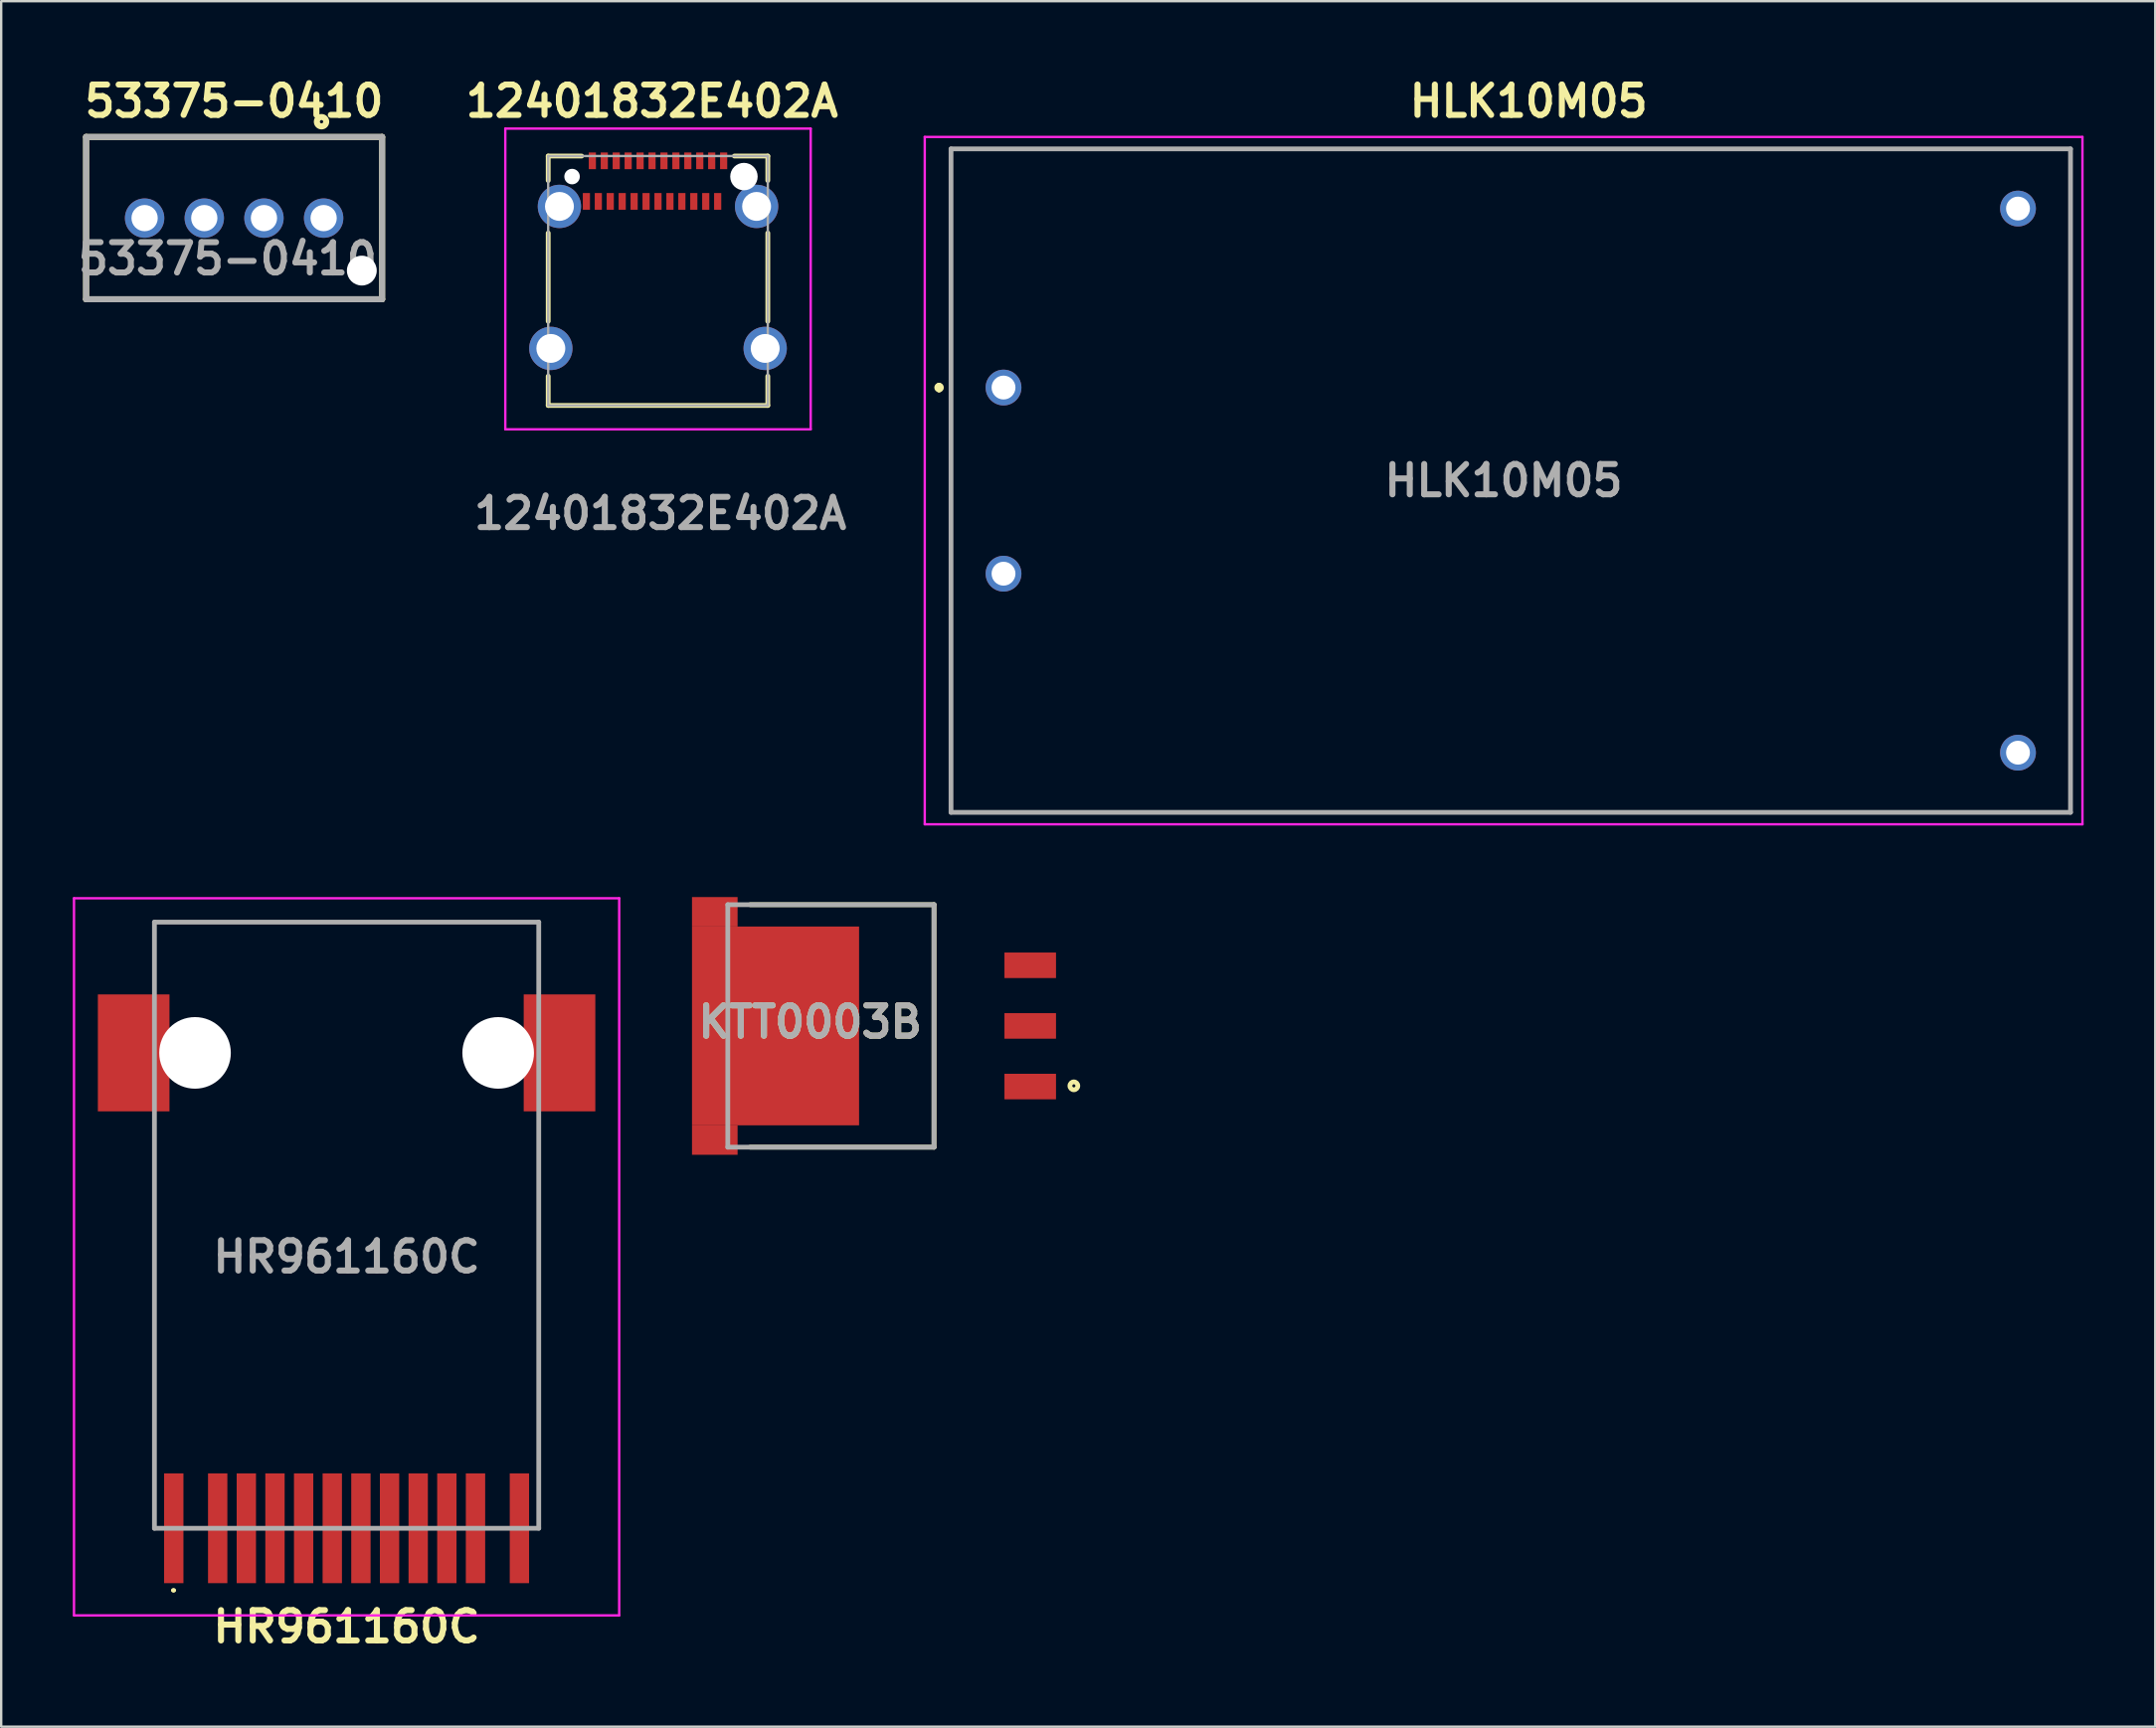
<source format=kicad_pcb>
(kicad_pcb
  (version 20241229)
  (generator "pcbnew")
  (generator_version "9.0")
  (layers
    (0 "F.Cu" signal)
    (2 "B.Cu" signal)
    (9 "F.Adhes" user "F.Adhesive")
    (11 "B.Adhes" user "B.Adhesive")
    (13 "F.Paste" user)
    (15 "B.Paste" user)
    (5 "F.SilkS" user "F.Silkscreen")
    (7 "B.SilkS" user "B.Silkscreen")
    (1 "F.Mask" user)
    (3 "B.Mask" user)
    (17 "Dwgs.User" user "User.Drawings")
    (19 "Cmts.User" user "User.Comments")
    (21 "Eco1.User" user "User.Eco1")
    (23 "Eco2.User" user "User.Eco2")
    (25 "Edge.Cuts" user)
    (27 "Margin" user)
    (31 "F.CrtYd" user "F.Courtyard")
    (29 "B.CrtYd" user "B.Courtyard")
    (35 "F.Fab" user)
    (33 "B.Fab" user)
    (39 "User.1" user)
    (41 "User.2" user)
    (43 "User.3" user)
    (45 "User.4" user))
  (footprint "KTT0003B"
    (layer "F.Cu")
    (at 27.44 39.939)
    (property "Reference" "KTT0003B" (at 3.448 -0.167 0) (layer "F.SilkS") (effects (font (size 1.27 1.27) (thickness 0.254))))
    (attr smd)
    (fp_line (start 8.64 -5.08) (end 0.94 -5.08) (stroke (width 0.2) (type solid)) (layer "F.SilkS"))
    (fp_line (start 8.64 -5.08) (end 8.64 5.08) (stroke (width 0.2) (type solid)) (layer "F.SilkS"))
    (fp_line (start 8.64 5.08) (end 0.94 5.08) (stroke (width 0.2) (type solid)) (layer "F.SilkS"))
    (fp_circle (center 14.497 2.51) (end 14.497 2.575) (stroke (width 0.2) (type solid)) (fill no) (layer "F.SilkS"))
    (fp_line (start 0 -5.08) (end 8.64 -5.08) (stroke (width 0.2) (type solid)) (layer "F.Fab"))
    (fp_line (start 0 5.08) (end 0 -5.08) (stroke (width 0.2) (type solid)) (layer "F.Fab"))
    (fp_line (start 8.64 -5.08) (end 8.64 5.08) (stroke (width 0.2) (type solid)) (layer "F.Fab"))
    (fp_line (start 8.64 5.08) (end 0 5.08) (stroke (width 0.2) (type solid)) (layer "F.Fab"))
    (fp_text user "${REFERENCE}" (at 3.448 -0.167 0) (layer "F.Fab") (effects (font (size 1.27 1.27) (thickness 0.254))))
    (pad "1" smd rect (at 12.67 2.54 90) (size 1.07 2.16) (layers "F.Cu" "F.Mask" "F.Paste"))
    (pad "2" smd rect (at 12.67 0 90) (size 1.07 2.16) (layers "F.Cu" "F.Mask" "F.Paste"))
    (pad "3" smd rect (at 12.67 -2.54 90) (size 1.07 2.16) (layers "F.Cu" "F.Mask" "F.Paste"))
    (pad "4" smd rect (at 2 0) (size 7 8.33) (layers "F.Cu" "F.Mask" "F.Paste"))
    (pad "5" smd rect (at -0.545 -4.782 90) (size 1.235 1.91) (layers "F.Cu" "F.Mask" "F.Paste"))
    (pad "6" smd rect (at -0.545 4.782 90) (size 1.235 1.91) (layers "F.Cu" "F.Mask" "F.Paste")))
  (footprint "12401832E402A"
    (layer "F.Cu")
    (at 24.516 8.714)
    (property "Reference" "12401832E402A" (at -0.25 -7.525 0) (layer "F.SilkS") (effects (font (size 1.27 1.27) (thickness 0.254))))
    (attr through_hole)
    (fp_line (start -4.6 -5.225) (end -4.6 -4.2) (stroke (width 0.2) (type solid)) (layer "F.SilkS"))
    (fp_line (start -4.6 -2) (end -4.6 1.7) (stroke (width 0.2) (type solid)) (layer "F.SilkS"))
    (fp_line (start -4.6 4) (end -4.6 5.225) (stroke (width 0.2) (type solid)) (layer "F.SilkS"))
    (fp_line (start -4.6 5.225) (end 4.6 5.225) (stroke (width 0.2) (type solid)) (layer "F.SilkS"))
    (fp_line (start -3.2 -5.225) (end -4.6 -5.225) (stroke (width 0.2) (type solid)) (layer "F.SilkS"))
    (fp_line (start 4.6 -5.225) (end 3.2 -5.225) (stroke (width 0.2) (type solid)) (layer "F.SilkS"))
    (fp_line (start 4.6 -4.2) (end 4.6 -5.225) (stroke (width 0.2) (type solid)) (layer "F.SilkS"))
    (fp_line (start 4.6 1.7) (end 4.6 -2) (stroke (width 0.2) (type solid)) (layer "F.SilkS"))
    (fp_line (start 4.6 5.225) (end 4.6 4) (stroke (width 0.2) (type solid)) (layer "F.SilkS"))
    (fp_line (start -6.397 -6.375) (end 6.397 -6.375) (stroke (width 0.1) (type solid)) (layer "F.CrtYd"))
    (fp_line (start -6.397 6.225) (end -6.397 -6.375) (stroke (width 0.1) (type solid)) (layer "F.CrtYd"))
    (fp_line (start 6.397 -6.375) (end 6.397 6.225) (stroke (width 0.1) (type solid)) (layer "F.CrtYd"))
    (fp_line (start 6.397 6.225) (end -6.397 6.225) (stroke (width 0.1) (type solid)) (layer "F.CrtYd"))
    (fp_line (start -4.6 -5.225) (end 4.6 -5.225) (stroke (width 0.1) (type solid)) (layer "F.Fab"))
    (fp_line (start -4.6 5.225) (end -4.6 -5.225) (stroke (width 0.1) (type solid)) (layer "F.Fab"))
    (fp_line (start 4.6 -5.225) (end 4.6 5.225) (stroke (width 0.1) (type solid)) (layer "F.Fab"))
    (fp_line (start 4.6 5.225) (end -4.6 5.225) (stroke (width 0.1) (type solid)) (layer "F.Fab"))
    (fp_text user "${REFERENCE}" (at 0.1 9.75 0) (layer "F.Fab") (effects (font (size 1.27 1.27) (thickness 0.254))))
    (pad "" np_thru_hole circle (at -3.6 -4.365) (size 0.65 0.65) (drill 0.65) (layers "*.Cu" "*.Mask"))
    (pad "" np_thru_hole circle (at 3.6 -4.365) (size 1.15 1.15) (drill 1.15) (layers "*.Cu" "*.Mask"))
    (pad "A1" smd rect (at -2.75 -5.025) (size 0.3 0.7) (layers "F.Cu" "F.Mask" "F.Paste"))
    (pad "A2" smd rect (at -2.25 -5.025) (size 0.3 0.7) (layers "F.Cu" "F.Mask" "F.Paste"))
    (pad "A3" smd rect (at -1.75 -5.025) (size 0.3 0.7) (layers "F.Cu" "F.Mask" "F.Paste"))
    (pad "A4" smd rect (at -1.25 -5.025) (size 0.3 0.7) (layers "F.Cu" "F.Mask" "F.Paste"))
    (pad "A5" smd rect (at -0.75 -5.025) (size 0.3 0.7) (layers "F.Cu" "F.Mask" "F.Paste"))
    (pad "A6" smd rect (at -0.25 -5.025) (size 0.3 0.7) (layers "F.Cu" "F.Mask" "F.Paste"))
    (pad "A7" smd rect (at 0.25 -5.025) (size 0.3 0.7) (layers "F.Cu" "F.Mask" "F.Paste"))
    (pad "A8" smd rect (at 0.75 -5.025) (size 0.3 0.7) (layers "F.Cu" "F.Mask" "F.Paste"))
    (pad "A9" smd rect (at 1.25 -5.025) (size 0.3 0.7) (layers "F.Cu" "F.Mask" "F.Paste"))
    (pad "A10" smd rect (at 1.75 -5.025) (size 0.3 0.7) (layers "F.Cu" "F.Mask" "F.Paste"))
    (pad "A11" smd rect (at 2.25 -5.025) (size 0.3 0.7) (layers "F.Cu" "F.Mask" "F.Paste"))
    (pad "A12" smd rect (at 2.75 -5.025) (size 0.3 0.7) (layers "F.Cu" "F.Mask" "F.Paste"))
    (pad "B1" smd rect (at 2.5 -3.325) (size 0.3 0.7) (layers "F.Cu" "F.Mask" "F.Paste"))
    (pad "B2" smd rect (at 2 -3.325) (size 0.3 0.7) (layers "F.Cu" "F.Mask" "F.Paste"))
    (pad "B3" smd rect (at 1.5 -3.325) (size 0.3 0.7) (layers "F.Cu" "F.Mask" "F.Paste"))
    (pad "B4" smd rect (at 1 -3.325) (size 0.3 0.7) (layers "F.Cu" "F.Mask" "F.Paste"))
    (pad "B5" smd rect (at 0.5 -3.325) (size 0.3 0.7) (layers "F.Cu" "F.Mask" "F.Paste"))
    (pad "B6" smd rect (at 0 -3.325) (size 0.3 0.7) (layers "F.Cu" "F.Mask" "F.Paste"))
    (pad "B7" smd rect (at -0.5 -3.325) (size 0.3 0.7) (layers "F.Cu" "F.Mask" "F.Paste"))
    (pad "B8" smd rect (at -1 -3.325) (size 0.3 0.7) (layers "F.Cu" "F.Mask" "F.Paste"))
    (pad "B9" smd rect (at -1.5 -3.325) (size 0.3 0.7) (layers "F.Cu" "F.Mask" "F.Paste"))
    (pad "B10" smd rect (at -2 -3.325) (size 0.3 0.7) (layers "F.Cu" "F.Mask" "F.Paste"))
    (pad "B11" smd rect (at -2.5 -3.325) (size 0.3 0.7) (layers "F.Cu" "F.Mask" "F.Paste"))
    (pad "B12" smd rect (at -3 -3.325) (size 0.3 0.7) (layers "F.Cu" "F.Mask" "F.Paste"))
    (pad "MH1" thru_hole circle (at -4.13 -3.115) (size 1.815 1.815) (drill 1.21) (layers "*.Cu" "*.Mask"))
    (pad "MH2" thru_hole circle (at 4.13 -3.115) (size 1.815 1.815) (drill 1.21) (layers "*.Cu" "*.Mask"))
    (pad "MH3" thru_hole circle (at 4.49 2.835) (size 1.815 1.815) (drill 1.21) (layers "*.Cu" "*.Mask"))
    (pad "MH4" thru_hole circle (at -4.49 2.835) (size 1.815 1.815) (drill 1.21) (layers "*.Cu" "*.Mask")))
  (footprint "HR961160C"
    (layer "F.Cu")
    (at 11.47 49.614)
    (property "Reference" "HR961160C" (at 0 15.5 0) (layer "F.SilkS") (effects (font (size 1.27 1.27) (thickness 0.254))))
    (attr through_hole)
    (fp_line (start -8.05 -14.025) (end 8 -14.025) (stroke (width 0.1) (type solid)) (layer "F.SilkS"))
    (fp_line (start -8.05 -11.625) (end -8.05 -14.025) (stroke (width 0.1) (type solid)) (layer "F.SilkS"))
    (fp_line (start -8.05 -5.625) (end -8.05 11.375) (stroke (width 0.1) (type solid)) (layer "F.SilkS"))
    (fp_line (start -8.05 11.375) (end -8.05 11.375) (stroke (width 0.1) (type solid)) (layer "F.SilkS"))
    (fp_line (start -7.3 13.975) (end -7.3 13.975) (stroke (width 0.1) (type solid)) (layer "F.SilkS"))
    (fp_line (start -7.2 13.975) (end -7.2 13.975) (stroke (width 0.1) (type solid)) (layer "F.SilkS"))
    (fp_line (start 8 -14.025) (end 8.05 -14.025) (stroke (width 0.1) (type solid)) (layer "F.SilkS"))
    (fp_line (start 8.05 -14.025) (end 8.05 -11.625) (stroke (width 0.1) (type solid)) (layer "F.SilkS"))
    (fp_line (start 8.05 11.375) (end 8.05 -5.625) (stroke (width 0.1) (type solid)) (layer "F.SilkS"))
    (fp_arc (start -7.3 13.975) (mid -7.25 13.925) (end -7.2 13.975) (stroke (width 0.1) (type solid)) (layer "F.SilkS"))
    (fp_arc (start -7.2 13.975) (mid -7.25 14.025) (end -7.3 13.975) (stroke (width 0.1) (type solid)) (layer "F.SilkS"))
    (fp_line (start -11.42 -15.025) (end 11.42 -15.025) (stroke (width 0.1) (type solid)) (layer "F.CrtYd"))
    (fp_line (start -11.42 15.025) (end -11.42 -15.025) (stroke (width 0.1) (type solid)) (layer "F.CrtYd"))
    (fp_line (start 11.42 -15.025) (end 11.42 15.025) (stroke (width 0.1) (type solid)) (layer "F.CrtYd"))
    (fp_line (start 11.42 15.025) (end -11.42 15.025) (stroke (width 0.1) (type solid)) (layer "F.CrtYd"))
    (fp_line (start -8.05 -14.025) (end 8.05 -14.025) (stroke (width 0.2) (type solid)) (layer "F.Fab"))
    (fp_line (start -8.05 11.375) (end -8.05 -14.025) (stroke (width 0.2) (type solid)) (layer "F.Fab"))
    (fp_line (start 8.05 -14.025) (end 8.05 11.375) (stroke (width 0.2) (type solid)) (layer "F.Fab"))
    (fp_line (start 8.05 11.375) (end -8.05 11.375) (stroke (width 0.2) (type solid)) (layer "F.Fab"))
    (fp_text user "${REFERENCE}" (at 0 0 0) (layer "F.Fab") (effects (font (size 1.27 1.27) (thickness 0.254))))
    (pad "" np_thru_hole circle (at -6.35 -8.545) (size 3 3) (drill 3) (layers "*.Cu" "*.Mask"))
    (pad "" np_thru_hole circle (at 6.35 -8.545) (size 3 3) (drill 3) (layers "*.Cu" "*.Mask"))
    (pad "1" smd rect (at -7.24 11.375) (size 0.81 4.6) (layers "F.Cu" "F.Mask" "F.Paste"))
    (pad "2" smd rect (at -5.4 11.375) (size 0.81 4.6) (layers "F.Cu" "F.Mask" "F.Paste"))
    (pad "3" smd rect (at -4.2 11.375) (size 0.81 4.6) (layers "F.Cu" "F.Mask" "F.Paste"))
    (pad "4" smd rect (at -3 11.375) (size 0.81 4.6) (layers "F.Cu" "F.Mask" "F.Paste"))
    (pad "5" smd rect (at -1.8 11.375) (size 0.81 4.6) (layers "F.Cu" "F.Mask" "F.Paste"))
    (pad "6" smd rect (at -0.6 11.375) (size 0.81 4.6) (layers "F.Cu" "F.Mask" "F.Paste"))
    (pad "7" smd rect (at 0.6 11.375) (size 0.81 4.6) (layers "F.Cu" "F.Mask" "F.Paste"))
    (pad "8" smd rect (at 1.8 11.375) (size 0.81 4.6) (layers "F.Cu" "F.Mask" "F.Paste"))
    (pad "9" smd rect (at 3 11.375) (size 0.81 4.6) (layers "F.Cu" "F.Mask" "F.Paste"))
    (pad "10" smd rect (at 4.2 11.375) (size 0.81 4.6) (layers "F.Cu" "F.Mask" "F.Paste"))
    (pad "11" smd rect (at 5.4 11.375) (size 0.81 4.6) (layers "F.Cu" "F.Mask" "F.Paste"))
    (pad "12" smd rect (at 7.24 11.375) (size 0.81 4.6) (layers "F.Cu" "F.Mask" "F.Paste"))
    (pad "13" smd rect (at -8.92 -8.545) (size 3 4.9) (layers "F.Cu" "F.Mask" "F.Paste"))
    (pad "14" smd rect (at 8.92 -8.545) (size 3 4.9) (layers "F.Cu" "F.Mask" "F.Paste")))
  (footprint "HLK10M05"
    (layer "F.Cu")
    (at 38.991 13.189)
    (property "Reference" "HLK10M05" (at 22 -12 0) (layer "F.SilkS") (effects (font (size 1.27 1.27) (thickness 0.254))))
    (attr through_hole)
    (fp_line (start -2.7 -0.1) (end -2.7 -0.1) (stroke (width 0.2) (type solid)) (layer "F.SilkS"))
    (fp_line (start -2.7 0.1) (end -2.7 0.1) (stroke (width 0.2) (type solid)) (layer "F.SilkS"))
    (fp_line (start -2.2 -10) (end 44.7 -10) (stroke (width 0.1) (type solid)) (layer "F.SilkS"))
    (fp_line (start -2.2 17.8) (end -2.2 -10) (stroke (width 0.1) (type solid)) (layer "F.SilkS"))
    (fp_line (start 44.7 -10) (end 44.7 17.8) (stroke (width 0.1) (type solid)) (layer "F.SilkS"))
    (fp_line (start 44.7 17.8) (end -2.2 17.8) (stroke (width 0.1) (type solid)) (layer "F.SilkS"))
    (fp_arc (start -2.7 -0.1) (mid -2.6 0) (end -2.7 0.1) (stroke (width 0.2) (type solid)) (layer "F.SilkS"))
    (fp_arc (start -2.7 0.1) (mid -2.8 0) (end -2.7 -0.1) (stroke (width 0.2) (type solid)) (layer "F.SilkS"))
    (fp_line (start -3.3 -10.5) (end 45.2 -10.5) (stroke (width 0.1) (type solid)) (layer "F.CrtYd"))
    (fp_line (start -3.3 18.3) (end -3.3 -10.5) (stroke (width 0.1) (type solid)) (layer "F.CrtYd"))
    (fp_line (start 45.2 -10.5) (end 45.2 18.3) (stroke (width 0.1) (type solid)) (layer "F.CrtYd"))
    (fp_line (start 45.2 18.3) (end -3.3 18.3) (stroke (width 0.1) (type solid)) (layer "F.CrtYd"))
    (fp_line (start -2.2 -10) (end 44.7 -10) (stroke (width 0.2) (type solid)) (layer "F.Fab"))
    (fp_line (start -2.2 17.8) (end -2.2 -10) (stroke (width 0.2) (type solid)) (layer "F.Fab"))
    (fp_line (start 44.7 -10) (end 44.7 17.8) (stroke (width 0.2) (type solid)) (layer "F.Fab"))
    (fp_line (start 44.7 17.8) (end -2.2 17.8) (stroke (width 0.2) (type solid)) (layer "F.Fab"))
    (fp_text user "${REFERENCE}" (at 20.95 3.9 0) (layer "F.Fab") (effects (font (size 1.27 1.27) (thickness 0.254))))
    (pad "1" thru_hole circle (at 0 0) (size 1.5 1.5) (drill 1) (layers "*.Cu" "*.Mask"))
    (pad "2" thru_hole circle (at 0 7.8) (size 1.5 1.5) (drill 1) (layers "*.Cu" "*.Mask"))
    (pad "3" thru_hole circle (at 42.5 -7.5) (size 1.5 1.5) (drill 1) (layers "*.Cu" "*.Mask"))
    (pad "4" thru_hole circle (at 42.5 15.3) (size 1.5 1.5) (drill 1) (layers "*.Cu" "*.Mask")))
  (footprint "53375-0410"
    (layer "F.Cu")
    (at 6.758 2.689)
    (property "Reference" "53375-0410" (at 0 -1.5 0) (layer "F.SilkS") (effects (font (size 1.27 1.27) (thickness 0.254))))
    (attr through_hole)
    (fp_line (start -6.2 0) (end -6.2 6.8) (stroke (width 0.254) (type solid)) (layer "F.SilkS"))
    (fp_line (start -6.2 6.8) (end 6.2 6.8) (stroke (width 0.254) (type solid)) (layer "F.SilkS"))
    (fp_line (start 6.2 0) (end -6.2 0) (stroke (width 0.254) (type solid)) (layer "F.SilkS"))
    (fp_line (start 6.2 6.8) (end 6.2 0) (stroke (width 0.254) (type solid)) (layer "F.SilkS"))
    (fp_circle (center 3.662 -0.639) (end 3.662 -0.57) (stroke (width 0.254) (type solid)) (fill no) (layer "F.SilkS"))
    (fp_line (start -6.2 0) (end 6.2 0) (stroke (width 0.254) (type solid)) (layer "F.Fab"))
    (fp_line (start -6.2 6.8) (end -6.2 0) (stroke (width 0.254) (type solid)) (layer "F.Fab"))
    (fp_line (start 6.2 0) (end 6.2 6.8) (stroke (width 0.254) (type solid)) (layer "F.Fab"))
    (fp_line (start 6.2 6.8) (end -6.2 6.8) (stroke (width 0.254) (type solid)) (layer "F.Fab"))
    (fp_text user "${REFERENCE}" (at -0.275 5.104 0) (layer "F.Fab") (effects (font (size 1.27 1.27) (thickness 0.254))))
    (pad "" np_thru_hole circle (at 5.35 5.6) (size 1.25 1.25) (drill 1.25) (layers "*.Cu" "*.Mask"))
    (pad "1" thru_hole circle (at 3.75 3.4) (size 1.65 1.65) (drill 1.1) (layers "*.Cu" "*.Mask"))
    (pad "2" thru_hole circle (at 1.25 3.4) (size 1.65 1.65) (drill 1.1) (layers "*.Cu" "*.Mask"))
    (pad "3" thru_hole circle (at -1.25 3.4) (size 1.65 1.65) (drill 1.1) (layers "*.Cu" "*.Mask"))
    (pad "4" thru_hole circle (at -3.75 3.4) (size 1.65 1.65) (drill 1.1) (layers "*.Cu" "*.Mask")))
  (gr_rect
    (start -3 -3)
    (end 87.241 69.302)
    (stroke (width 0.1) (type default))
    (fill no)
    (layer "Edge.Cuts")))
</source>
